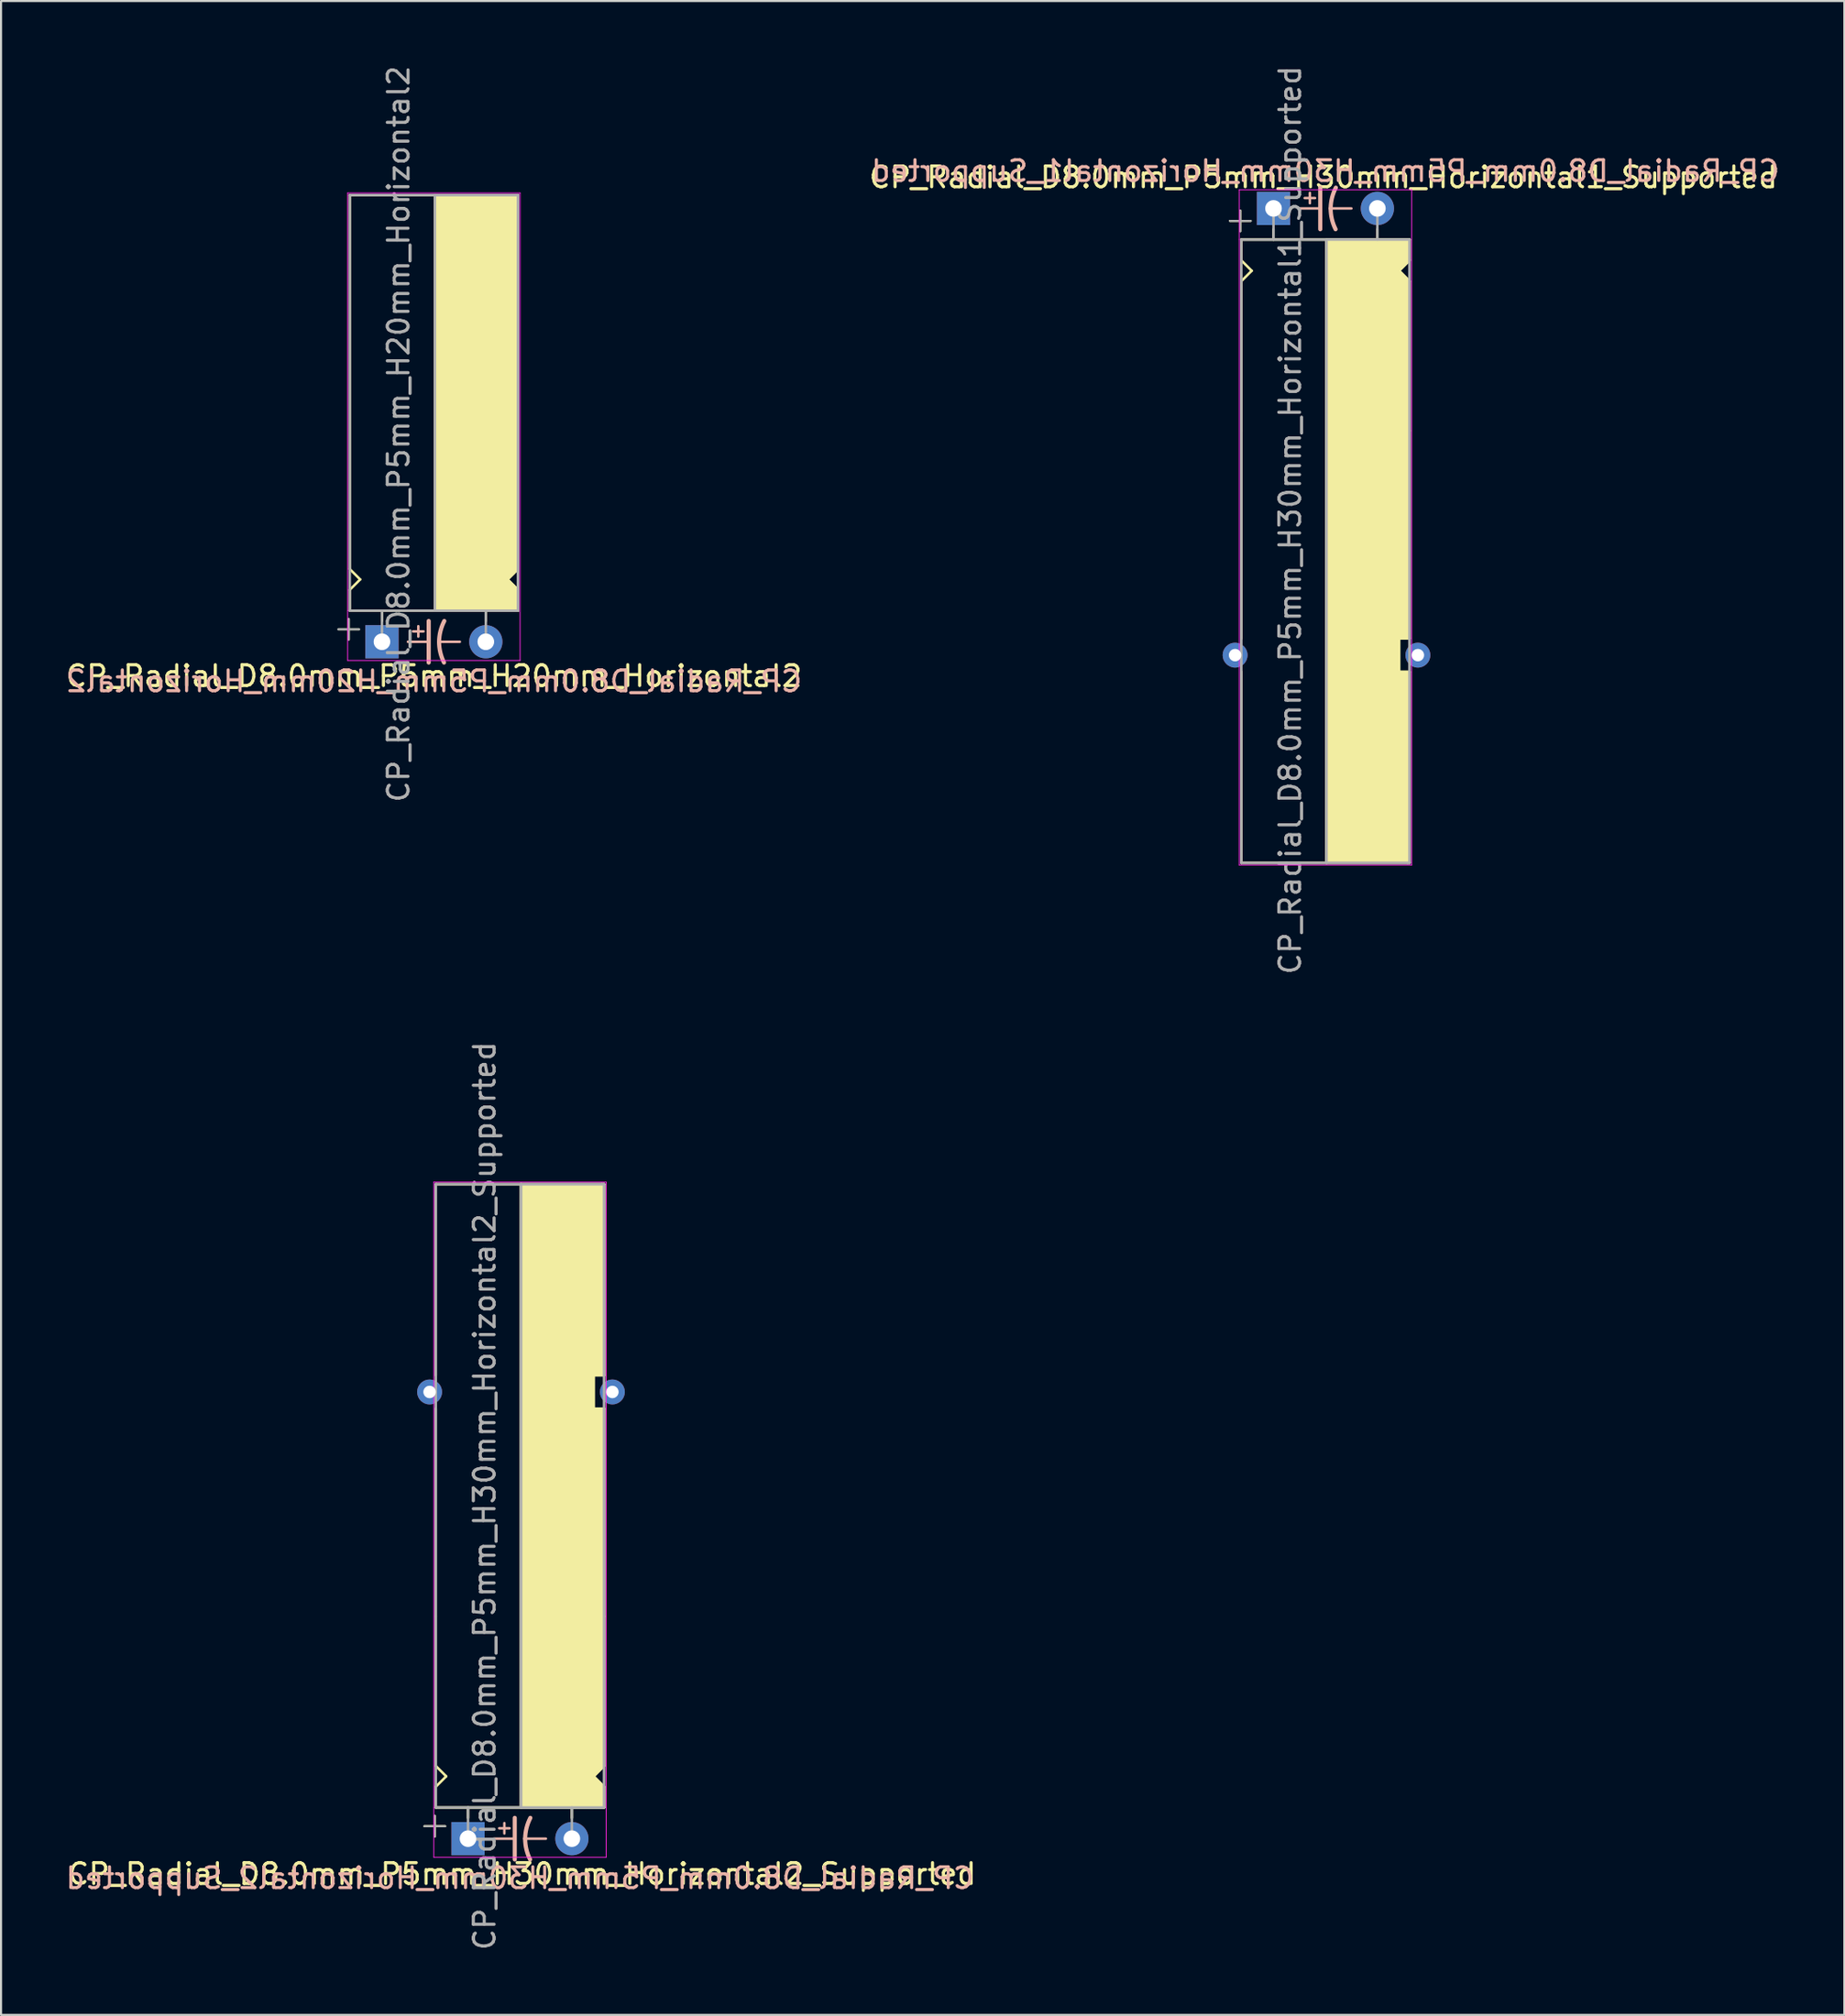
<source format=kicad_pcb>
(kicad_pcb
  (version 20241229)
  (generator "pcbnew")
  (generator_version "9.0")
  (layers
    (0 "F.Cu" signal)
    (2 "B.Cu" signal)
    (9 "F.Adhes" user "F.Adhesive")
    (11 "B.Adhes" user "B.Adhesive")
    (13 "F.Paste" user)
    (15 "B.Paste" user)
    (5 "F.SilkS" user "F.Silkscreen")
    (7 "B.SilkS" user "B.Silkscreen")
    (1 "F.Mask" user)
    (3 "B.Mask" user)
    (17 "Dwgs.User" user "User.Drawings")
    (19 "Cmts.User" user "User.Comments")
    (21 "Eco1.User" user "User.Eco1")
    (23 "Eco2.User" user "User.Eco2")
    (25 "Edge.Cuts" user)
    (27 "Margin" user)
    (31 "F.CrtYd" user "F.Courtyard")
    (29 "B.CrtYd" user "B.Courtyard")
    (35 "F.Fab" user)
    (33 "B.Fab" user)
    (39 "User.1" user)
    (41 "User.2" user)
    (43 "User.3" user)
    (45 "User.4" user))
  (footprint "CP_Radial_D8.0mm_P5mm_H30mm_Horizontal2_Supported"
    (layer "F.Cu")
    (at 19.482 85.446)
    (property "Reference" "CP_Radial_D8.0mm_P5mm_H30mm_Horizontal2_Supported" (at 2.6 1.7 0) (layer "F.SilkS") (effects (font (size 1 1) (thickness 0.15))))
    (fp_line (start -2.1 -0.6) (end -1.1 -0.6) (stroke (width 0.1) (type solid)) (layer "F.SilkS"))
    (fp_line (start -1.6 -0.1) (end -1.6 -1.1) (stroke (width 0.1) (type solid)) (layer "F.SilkS"))
    (fp_line (start -1.55 -31.5) (end 6.45 -31.5) (stroke (width 0.12) (type solid)) (layer "F.SilkS"))
    (fp_line (start -1.55 -22.3) (end -1.55 -31.5) (stroke (width 0.12) (type solid)) (layer "F.SilkS"))
    (fp_line (start -1.55 -10.7) (end -1.55 -20.7) (stroke (width 0.12) (type solid)) (layer "F.SilkS"))
    (fp_line (start -1.55 -10.7) (end -1.55 -3.5) (stroke (width 0.12) (type solid)) (layer "F.SilkS"))
    (fp_line (start -1.55 -2.5) (end -1.05 -3) (stroke (width 0.12) (type solid)) (layer "F.SilkS"))
    (fp_line (start -1.55 -1.5) (end -1.55 -2.5) (stroke (width 0.12) (type solid)) (layer "F.SilkS"))
    (fp_line (start -1.55 -1.5) (end 6.55 -1.5) (stroke (width 0.12) (type solid)) (layer "F.SilkS"))
    (fp_line (start -1.05 -3) (end -1.55 -3.5) (stroke (width 0.12) (type solid)) (layer "F.SilkS"))
    (fp_line (start 0 -1) (end 0 -1.5) (stroke (width 0.12) (type solid)) (layer "F.SilkS"))
    (fp_line (start 2.55 -31.5) (end 2.55 -1.5) (stroke (width 0.12) (type solid)) (layer "F.SilkS"))
    (fp_line (start 5 -1) (end 5 -1.5) (stroke (width 0.12) (type solid)) (layer "F.SilkS"))
    (fp_line (start 6.05 -22.3) (end 6.55 -22.3) (stroke (width 0.12) (type solid)) (layer "F.SilkS"))
    (fp_line (start 6.05 -20.7) (end 6.05 -22.3) (stroke (width 0.12) (type solid)) (layer "F.SilkS"))
    (fp_line (start 6.05 -3) (end 6.55 -2.5) (stroke (width 0.12) (type solid)) (layer "F.SilkS"))
    (fp_line (start 6.55 -31.5) (end 6.45 -31.5) (stroke (width 0.12) (type solid)) (layer "F.SilkS"))
    (fp_line (start 6.55 -22.3) (end 6.55 -31.5) (stroke (width 0.12) (type solid)) (layer "F.SilkS"))
    (fp_line (start 6.55 -20.7) (end 6.05 -20.7) (stroke (width 0.12) (type solid)) (layer "F.SilkS"))
    (fp_line (start 6.55 -20.7) (end 6.55 -10.7) (stroke (width 0.12) (type solid)) (layer "F.SilkS"))
    (fp_line (start 6.55 -10.7) (end 6.55 -3.5) (stroke (width 0.12) (type solid)) (layer "F.SilkS"))
    (fp_line (start 6.55 -3.5) (end 6.05 -3) (stroke (width 0.12) (type solid)) (layer "F.SilkS"))
    (fp_line (start 6.55 -2.5) (end 6.55 -1.5) (stroke (width 0.12) (type solid)) (layer "F.SilkS"))
    (fp_poly (pts (xy 6.55 -2.5) (xy 6.05 -3) (xy 6.55 -3.5) (xy 6.55 -20.7) (xy 6.05 -20.7) (xy 6.05 -22.3) (xy 6.55 -22.3) (xy 6.55 -31.5) (xy 2.55 -31.5) (xy 2.55 -1.5) (xy 6.55 -1.5)) (stroke (width 0.1) (type solid)) (fill yes) (layer "F.SilkS"))
    (fp_line (start 1.25 0) (end 2.25 0) (stroke (width 0.12) (type solid)) (layer "B.SilkS"))
    (fp_line (start 1.5 -0.5) (end 2 -0.5) (stroke (width 0.12) (type solid)) (layer "B.SilkS"))
    (fp_line (start 1.75 -0.75) (end 1.75 -0.25) (stroke (width 0.12) (type solid)) (layer "B.SilkS"))
    (fp_line (start 2.25 1) (end 2.25 -1) (stroke (width 0.2) (type solid)) (layer "B.SilkS"))
    (fp_line (start 3.75 0) (end 2.75 0) (stroke (width 0.12) (type solid)) (layer "B.SilkS"))
    (fp_arc (start 2.75 0) (mid 2.816707 -0.514573) (end 3 -1) (stroke (width 0.2) (type solid)) (layer "B.SilkS"))
    (fp_arc (start 2.987539 1) (mid 2.810248 0.513901) (end 2.75 0) (stroke (width 0.2) (type solid)) (layer "B.SilkS"))
    (fp_line (start -1.65 -31.6) (end -1.65 -1.5) (stroke (width 0.04) (type solid)) (layer "F.CrtYd"))
    (fp_line (start -1.65 -1.5) (end -1.65 0.9) (stroke (width 0.04) (type solid)) (layer "F.CrtYd"))
    (fp_line (start -1.65 0.9) (end 6.65 0.9) (stroke (width 0.04) (type solid)) (layer "F.CrtYd"))
    (fp_line (start 6.65 -31.6) (end -1.65 -31.6) (stroke (width 0.04) (type solid)) (layer "F.CrtYd"))
    (fp_line (start 6.65 0.9) (end 6.65 -31.6) (stroke (width 0.04) (type solid)) (layer "F.CrtYd"))
    (fp_line (start -2.1 -0.6) (end -1.1 -0.6) (stroke (width 0.1) (type solid)) (layer "F.Fab"))
    (fp_line (start -1.6 -0.1) (end -1.6 -1.1) (stroke (width 0.1) (type solid)) (layer "F.Fab"))
    (fp_line (start -1.55 -31.5) (end -1.55 -1.5) (stroke (width 0.12) (type solid)) (layer "F.Fab"))
    (fp_line (start -1.55 -1.5) (end 6.55 -1.5) (stroke (width 0.12) (type solid)) (layer "F.Fab"))
    (fp_line (start 0 -1.5) (end 0 0) (stroke (width 0.12) (type solid)) (layer "F.Fab"))
    (fp_line (start 2.55 -1.5) (end 2.55 -31.5) (stroke (width 0.12) (type solid)) (layer "F.Fab"))
    (fp_line (start 5 -1.5) (end 5 0) (stroke (width 0.12) (type solid)) (layer "F.Fab"))
    (fp_line (start 6.55 -31.5) (end -1.55 -31.5) (stroke (width 0.12) (type solid)) (layer "F.Fab"))
    (fp_line (start 6.55 -1.5) (end 6.55 -31.5) (stroke (width 0.12) (type solid)) (layer "F.Fab"))
    (fp_poly (pts (xy 6.55 -1.5) (xy 2.55 -1.5) (xy 2.55 -31.5) (xy 6.55 -31.5)) (stroke (width 0.1) (type solid)) (fill no) (layer "F.Fab"))
    (fp_text user "${REFERENCE}" (at 2.5 1.9 0) (layer "B.SilkS") (effects (font (size 1 1) (thickness 0.15)) (justify mirror)))
    (fp_text user "${REFERENCE}" (at 0.8 -16.5 90) (layer "F.Fab") (effects (font (size 1 1) (thickness 0.15))))
    (pad "1" thru_hole rect (at 0 0) (size 1.6 1.6) (drill 0.8) (layers "*.Cu" "*.Mask"))
    (pad "2" thru_hole circle (at 5 0) (size 1.6 1.6) (drill 0.8) (layers "*.Cu" "*.Mask"))
    (pad "~" thru_hole circle (at -1.85 -21.5 180) (size 1.2 1.2) (drill 0.6) (layers "*.Cu" "*.Mask"))
    (pad "~" thru_hole circle (at 6.95 -21.5 180) (size 1.2 1.2) (drill 0.6) (layers "*.Cu" "*.Mask")))
  (footprint "CP_Radial_D8.0mm_P5mm_H20mm_Horizontal2"
    (layer "F.Cu")
    (at 15.339 27.839)
    (property "Reference" "CP_Radial_D8.0mm_P5mm_H20mm_Horizontal2" (at 2.5 1.65 0) (layer "F.SilkS") (effects (font (size 1 1) (thickness 0.15))))
    (fp_line (start -2.1 -0.6) (end -1.1 -0.6) (stroke (width 0.1) (type solid)) (layer "F.SilkS"))
    (fp_line (start -1.6 -0.1) (end -1.6 -1.1) (stroke (width 0.1) (type solid)) (layer "F.SilkS"))
    (fp_line (start -1.55 -21.5) (end 6.45 -21.5) (stroke (width 0.12) (type solid)) (layer "F.SilkS"))
    (fp_line (start -1.55 -3.5) (end -1.55 -21.5) (stroke (width 0.12) (type solid)) (layer "F.SilkS"))
    (fp_line (start -1.55 -3.5) (end -1.05 -3) (stroke (width 0.12) (type solid)) (layer "F.SilkS"))
    (fp_line (start -1.55 -2.5) (end -1.55 -1.5) (stroke (width 0.12) (type solid)) (layer "F.SilkS"))
    (fp_line (start -1.55 -1.5) (end 6.55 -1.5) (stroke (width 0.12) (type solid)) (layer "F.SilkS"))
    (fp_line (start -1.05 -3) (end -1.55 -2.5) (stroke (width 0.12) (type solid)) (layer "F.SilkS"))
    (fp_line (start 0 -1) (end 0 -1.5) (stroke (width 0.12) (type solid)) (layer "F.SilkS"))
    (fp_line (start 2.55 -21.5) (end 2.55 -1.5) (stroke (width 0.12) (type solid)) (layer "F.SilkS"))
    (fp_line (start 5 -1) (end 5 -1.5) (stroke (width 0.12) (type solid)) (layer "F.SilkS"))
    (fp_line (start 6.05 -3) (end 6.55 -2.5) (stroke (width 0.12) (type solid)) (layer "F.SilkS"))
    (fp_line (start 6.55 -21.5) (end 6.45 -21.5) (stroke (width 0.12) (type solid)) (layer "F.SilkS"))
    (fp_line (start 6.55 -3.5) (end 6.05 -3) (stroke (width 0.12) (type solid)) (layer "F.SilkS"))
    (fp_line (start 6.55 -3.5) (end 6.55 -21.5) (stroke (width 0.12) (type solid)) (layer "F.SilkS"))
    (fp_line (start 6.55 -2.5) (end 6.55 -1.5) (stroke (width 0.12) (type solid)) (layer "F.SilkS"))
    (fp_poly (pts (xy 6.55 -2.5) (xy 6.05 -3) (xy 6.55 -3.5) (xy 6.55 -21.5) (xy 2.55 -21.5) (xy 2.55 -1.5) (xy 6.55 -1.5)) (stroke (width 0.1) (type solid)) (fill yes) (layer "F.SilkS"))
    (fp_line (start 1.25 0) (end 2.25 0) (stroke (width 0.12) (type solid)) (layer "B.SilkS"))
    (fp_line (start 1.5 -0.5) (end 2 -0.5) (stroke (width 0.12) (type solid)) (layer "B.SilkS"))
    (fp_line (start 1.75 -0.75) (end 1.75 -0.25) (stroke (width 0.12) (type solid)) (layer "B.SilkS"))
    (fp_line (start 2.25 1) (end 2.25 -1) (stroke (width 0.2) (type solid)) (layer "B.SilkS"))
    (fp_line (start 3.75 0) (end 2.75 0) (stroke (width 0.12) (type solid)) (layer "B.SilkS"))
    (fp_arc (start 2.75 0) (mid 2.816707 -0.514573) (end 3 -1) (stroke (width 0.2) (type solid)) (layer "B.SilkS"))
    (fp_arc (start 2.987539 1) (mid 2.810248 0.513901) (end 2.75 0) (stroke (width 0.2) (type solid)) (layer "B.SilkS"))
    (fp_line (start -1.65 -21.6) (end -1.65 -1.5) (stroke (width 0.04) (type solid)) (layer "F.CrtYd"))
    (fp_line (start -1.65 -1.5) (end -1.65 0.9) (stroke (width 0.04) (type solid)) (layer "F.CrtYd"))
    (fp_line (start -1.65 0.9) (end 6.65 0.9) (stroke (width 0.04) (type solid)) (layer "F.CrtYd"))
    (fp_line (start 6.65 -21.6) (end -1.65 -21.6) (stroke (width 0.04) (type solid)) (layer "F.CrtYd"))
    (fp_line (start 6.65 0.9) (end 6.65 -21.6) (stroke (width 0.04) (type solid)) (layer "F.CrtYd"))
    (fp_line (start -2.1 -0.6) (end -1.1 -0.6) (stroke (width 0.1) (type solid)) (layer "F.Fab"))
    (fp_line (start -1.6 -0.1) (end -1.6 -1.1) (stroke (width 0.1) (type solid)) (layer "F.Fab"))
    (fp_line (start -1.55 -21.5) (end -1.55 -1.5) (stroke (width 0.12) (type solid)) (layer "F.Fab"))
    (fp_line (start -1.55 -1.5) (end 6.55 -1.5) (stroke (width 0.12) (type solid)) (layer "F.Fab"))
    (fp_line (start 0 -1.5) (end 0 0) (stroke (width 0.12) (type solid)) (layer "F.Fab"))
    (fp_line (start 2.55 -1.5) (end 2.55 -21.5) (stroke (width 0.12) (type solid)) (layer "F.Fab"))
    (fp_line (start 5 -1.5) (end 5 0) (stroke (width 0.12) (type solid)) (layer "F.Fab"))
    (fp_line (start 6.55 -21.5) (end -1.55 -21.5) (stroke (width 0.12) (type solid)) (layer "F.Fab"))
    (fp_line (start 6.55 -1.5) (end 6.55 -21.5) (stroke (width 0.12) (type solid)) (layer "F.Fab"))
    (fp_poly (pts (xy 6.55 -21.5) (xy 2.55 -21.5) (xy 2.55 -1.5) (xy 6.55 -1.5)) (stroke (width 0.1) (type solid)) (fill no) (layer "F.Fab"))
    (fp_text user "${REFERENCE}" (at 2.5 1.9 0) (layer "B.SilkS") (effects (font (size 1 1) (thickness 0.15)) (justify mirror)))
    (fp_text user "${REFERENCE}" (at 0.8 -10 90) (layer "F.Fab") (effects (font (size 1 1) (thickness 0.15))))
    (pad "1" thru_hole rect (at 0 0) (size 1.6 1.6) (drill 0.8) (layers "*.Cu" "*.Mask"))
    (pad "2" thru_hole circle (at 5 0) (size 1.6 1.6) (drill 0.8) (layers "*.Cu" "*.Mask")))
  (footprint "CP_Radial_D8.0mm_P5mm_H30mm_Horizontal1_Supported"
    (layer "F.Cu")
    (at 58.261 6.982)
    (property "Reference" "CP_Radial_D8.0mm_P5mm_H30mm_Horizontal1_Supported" (at 2.4 -1.5 0) (layer "F.SilkS") (effects (font (size 1 1) (thickness 0.15))))
    (fp_line (start -2.1 0.6) (end -1.1 0.6) (stroke (width 0.1) (type solid)) (layer "F.SilkS"))
    (fp_line (start -1.6 1.1) (end -1.6 0.1) (stroke (width 0.1) (type solid)) (layer "F.SilkS"))
    (fp_line (start -1.55 1.5) (end -1.55 2.5) (stroke (width 0.12) (type solid)) (layer "F.SilkS"))
    (fp_line (start -1.55 1.5) (end 6.55 1.5) (stroke (width 0.12) (type solid)) (layer "F.SilkS"))
    (fp_line (start -1.55 2.5) (end -1.05 3) (stroke (width 0.12) (type solid)) (layer "F.SilkS"))
    (fp_line (start -1.55 10.7) (end -1.55 3.5) (stroke (width 0.12) (type solid)) (layer "F.SilkS"))
    (fp_line (start -1.55 10.7) (end -1.55 20.7) (stroke (width 0.12) (type solid)) (layer "F.SilkS"))
    (fp_line (start -1.55 22.3) (end -1.55 31.5) (stroke (width 0.12) (type solid)) (layer "F.SilkS"))
    (fp_line (start -1.55 31.5) (end 6.45 31.5) (stroke (width 0.12) (type solid)) (layer "F.SilkS"))
    (fp_line (start -1.05 3) (end -1.55 3.5) (stroke (width 0.12) (type solid)) (layer "F.SilkS"))
    (fp_line (start 0 1) (end 0 1.5) (stroke (width 0.12) (type solid)) (layer "F.SilkS"))
    (fp_line (start 2.55 31.5) (end 2.55 1.5) (stroke (width 0.12) (type solid)) (layer "F.SilkS"))
    (fp_line (start 5 1) (end 5 1.5) (stroke (width 0.12) (type solid)) (layer "F.SilkS"))
    (fp_line (start 6.05 3) (end 6.55 2.5) (stroke (width 0.12) (type solid)) (layer "F.SilkS"))
    (fp_line (start 6.05 20.7) (end 6.05 22.3) (stroke (width 0.12) (type solid)) (layer "F.SilkS"))
    (fp_line (start 6.05 22.3) (end 6.55 22.3) (stroke (width 0.12) (type solid)) (layer "F.SilkS"))
    (fp_line (start 6.55 2.5) (end 6.55 1.5) (stroke (width 0.12) (type solid)) (layer "F.SilkS"))
    (fp_line (start 6.55 3.5) (end 6.05 3) (stroke (width 0.12) (type solid)) (layer "F.SilkS"))
    (fp_line (start 6.55 10.7) (end 6.55 3.5) (stroke (width 0.12) (type solid)) (layer "F.SilkS"))
    (fp_line (start 6.55 20.7) (end 6.05 20.7) (stroke (width 0.12) (type solid)) (layer "F.SilkS"))
    (fp_line (start 6.55 20.7) (end 6.55 10.7) (stroke (width 0.12) (type solid)) (layer "F.SilkS"))
    (fp_line (start 6.55 22.3) (end 6.55 31.5) (stroke (width 0.12) (type solid)) (layer "F.SilkS"))
    (fp_line (start 6.55 31.5) (end 6.45 31.5) (stroke (width 0.12) (type solid)) (layer "F.SilkS"))
    (fp_poly (pts (xy 6.55 2.5) (xy 6.05 3) (xy 6.55 3.5) (xy 6.55 20.7) (xy 6.05 20.7) (xy 6.05 22.3) (xy 6.55 22.3) (xy 6.55 31.5) (xy 2.55 31.5) (xy 2.55 1.5) (xy 6.55 1.5)) (stroke (width 0.1) (type solid)) (fill yes) (layer "F.SilkS"))
    (fp_line (start 1.25 0) (end 2.25 0) (stroke (width 0.12) (type solid)) (layer "B.SilkS"))
    (fp_line (start 1.5 -0.5) (end 2 -0.5) (stroke (width 0.12) (type solid)) (layer "B.SilkS"))
    (fp_line (start 1.75 -0.75) (end 1.75 -0.25) (stroke (width 0.12) (type solid)) (layer "B.SilkS"))
    (fp_line (start 2.25 1) (end 2.25 -1) (stroke (width 0.2) (type solid)) (layer "B.SilkS"))
    (fp_line (start 3.75 0) (end 2.75 0) (stroke (width 0.12) (type solid)) (layer "B.SilkS"))
    (fp_arc (start 2.75 0) (mid 2.816707 -0.514573) (end 3 -1) (stroke (width 0.2) (type solid)) (layer "B.SilkS"))
    (fp_arc (start 2.987539 1) (mid 2.810248 0.513901) (end 2.75 0) (stroke (width 0.2) (type solid)) (layer "B.SilkS"))
    (fp_line (start -1.65 -0.9) (end 6.65 -0.9) (stroke (width 0.04) (type solid)) (layer "F.CrtYd"))
    (fp_line (start -1.65 1.5) (end -1.65 -0.9) (stroke (width 0.04) (type solid)) (layer "F.CrtYd"))
    (fp_line (start -1.65 31.6) (end -1.65 1.5) (stroke (width 0.04) (type solid)) (layer "F.CrtYd"))
    (fp_line (start 6.65 -0.9) (end 6.65 31.6) (stroke (width 0.04) (type solid)) (layer "F.CrtYd"))
    (fp_line (start 6.65 31.6) (end -1.65 31.6) (stroke (width 0.04) (type solid)) (layer "F.CrtYd"))
    (fp_line (start -2.1 0.6) (end -1.1 0.6) (stroke (width 0.1) (type solid)) (layer "F.Fab"))
    (fp_line (start -1.6 1.1) (end -1.6 0.1) (stroke (width 0.1) (type solid)) (layer "F.Fab"))
    (fp_line (start -1.55 1.5) (end 6.55 1.5) (stroke (width 0.12) (type solid)) (layer "F.Fab"))
    (fp_line (start -1.55 31.5) (end -1.55 1.5) (stroke (width 0.12) (type solid)) (layer "F.Fab"))
    (fp_line (start 0 1.5) (end 0 0) (stroke (width 0.12) (type solid)) (layer "F.Fab"))
    (fp_line (start 2.55 1.5) (end 2.55 31.5) (stroke (width 0.12) (type solid)) (layer "F.Fab"))
    (fp_line (start 5 1.5) (end 5 0) (stroke (width 0.12) (type solid)) (layer "F.Fab"))
    (fp_line (start 6.55 1.5) (end 6.55 31.5) (stroke (width 0.12) (type solid)) (layer "F.Fab"))
    (fp_line (start 6.55 31.5) (end -1.55 31.5) (stroke (width 0.12) (type solid)) (layer "F.Fab"))
    (fp_poly (pts (xy 6.55 31.5) (xy 2.55 31.5) (xy 2.55 1.5) (xy 6.55 1.5)) (stroke (width 0.1) (type solid)) (fill no) (layer "F.Fab"))
    (fp_text user "${REFERENCE}" (at 2.5 -1.8 0) (layer "B.SilkS") (effects (font (size 1 1) (thickness 0.15)) (justify mirror)))
    (fp_text user "${REFERENCE}" (at 0.8 15 90) (layer "F.Fab") (effects (font (size 1 1) (thickness 0.15))))
    (pad "1" thru_hole rect (at 0 0) (size 1.6 1.6) (drill 0.8) (layers "*.Cu" "*.Mask"))
    (pad "2" thru_hole circle (at 5 0) (size 1.6 1.6) (drill 0.8) (layers "*.Cu" "*.Mask"))
    (pad "~" thru_hole circle (at -1.85 21.5) (size 1.2 1.2) (drill 0.6) (layers "*.Cu" "*.Mask"))
    (pad "~" thru_hole circle (at 6.95 21.5) (size 1.2 1.2) (drill 0.6) (layers "*.Cu" "*.Mask")))
  (gr_rect
    (start -3 -3)
    (end 85.743 93.929)
    (stroke (width 0.1) (type default))
    (fill no)
    (layer "Edge.Cuts")))
</source>
